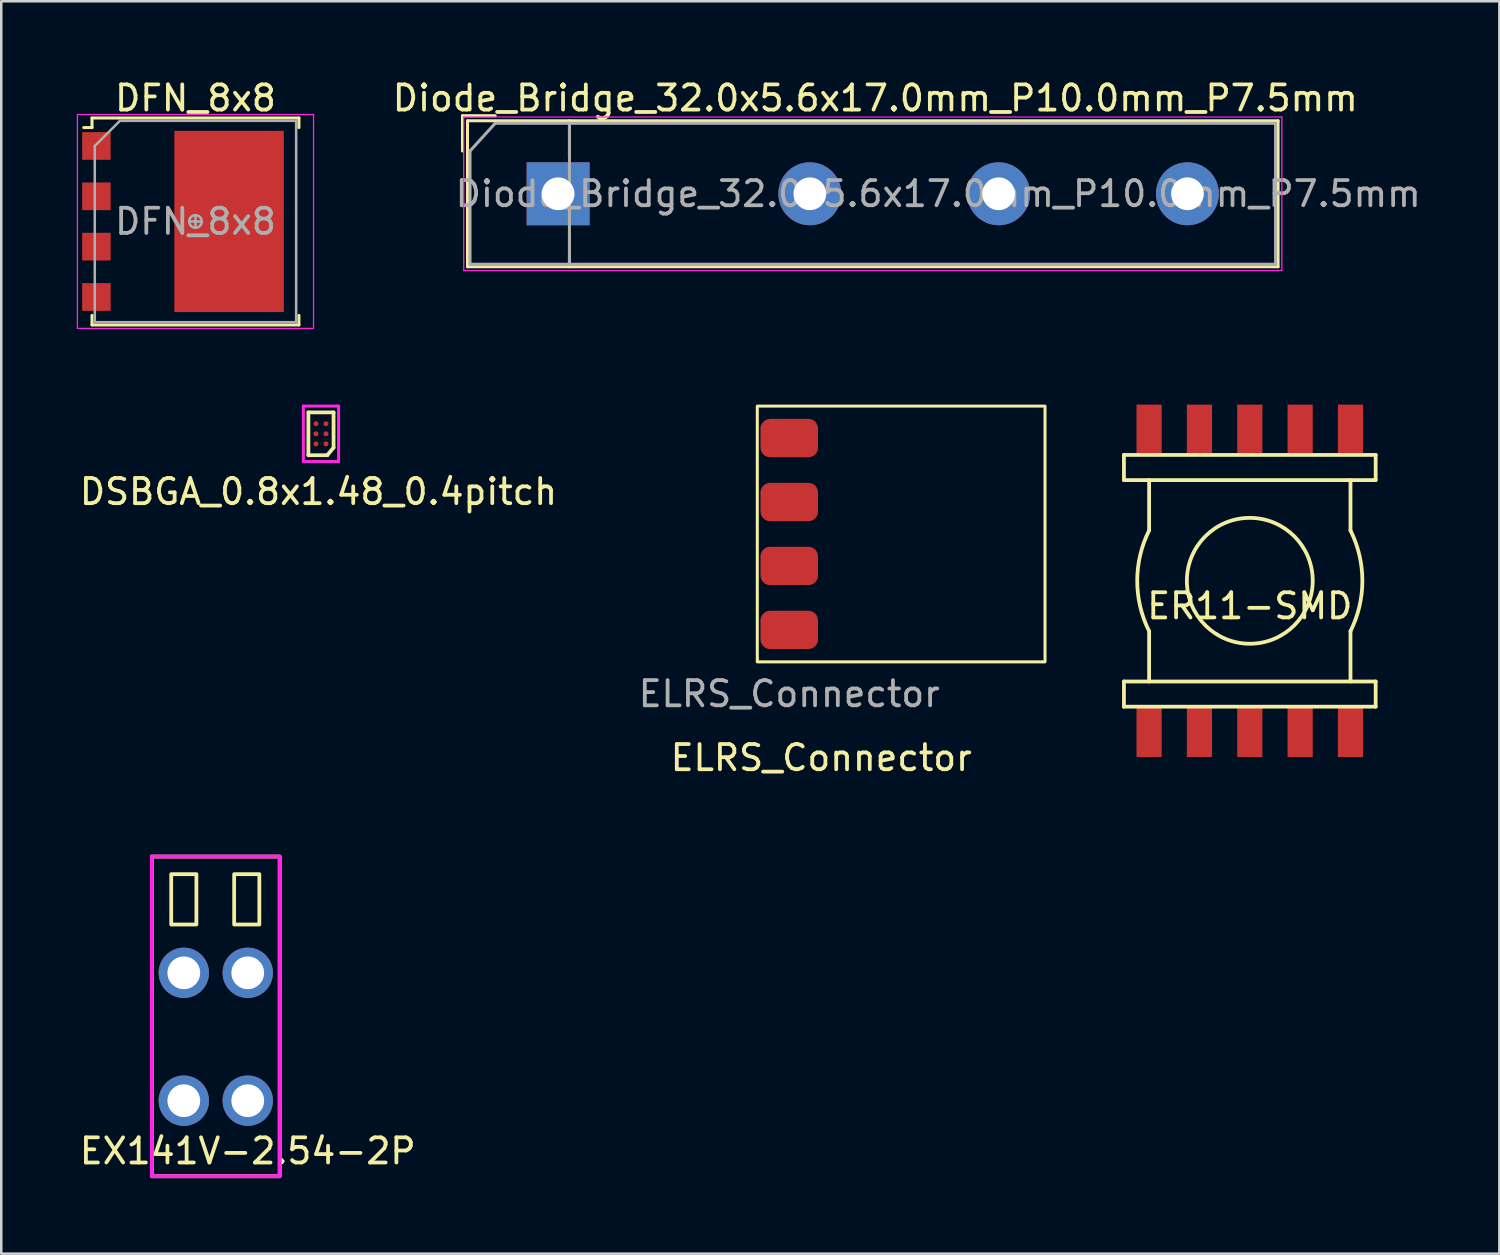
<source format=kicad_pcb>
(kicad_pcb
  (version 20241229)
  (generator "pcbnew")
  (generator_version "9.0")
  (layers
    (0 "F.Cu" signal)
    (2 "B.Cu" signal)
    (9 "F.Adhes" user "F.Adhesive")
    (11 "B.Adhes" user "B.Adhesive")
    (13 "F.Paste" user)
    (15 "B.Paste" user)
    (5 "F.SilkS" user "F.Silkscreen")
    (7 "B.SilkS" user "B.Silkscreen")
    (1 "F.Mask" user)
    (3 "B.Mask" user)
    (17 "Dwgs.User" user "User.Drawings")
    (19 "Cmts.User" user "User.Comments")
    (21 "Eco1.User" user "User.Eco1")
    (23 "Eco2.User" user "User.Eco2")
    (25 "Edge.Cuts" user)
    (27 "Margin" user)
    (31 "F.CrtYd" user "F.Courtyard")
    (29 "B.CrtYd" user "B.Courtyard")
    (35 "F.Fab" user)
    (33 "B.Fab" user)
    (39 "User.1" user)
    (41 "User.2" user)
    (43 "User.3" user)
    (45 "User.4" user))
  (footprint "DSBGA_0.8x1.48_0.4pitch"
    (layer "F.Cu")
    (at 9.701 14.183)
    (property "Reference" "DSBGA_0.8x1.48_0.4pitch" (at -0.1 2.3 0) (layer "F.SilkS") (effects (font (size 1 1) (thickness 0.15))))
    (attr through_hole)
    (fp_line (start -0.5 -0.85) (end -0.5 0.85) (stroke (width 0.15) (type solid)) (layer "F.SilkS"))
    (fp_line (start -0.5 -0.85) (end 0.5 -0.85) (stroke (width 0.15) (type solid)) (layer "F.SilkS"))
    (fp_line (start -0.5 0.85) (end 0.25 0.85) (stroke (width 0.15) (type solid)) (layer "F.SilkS"))
    (fp_line (start 0.25 0.85) (end 0.5 0.55) (stroke (width 0.15) (type solid)) (layer "F.SilkS"))
    (fp_line (start 0.5 -0.85) (end 0.5 0.55) (stroke (width 0.15) (type solid)) (layer "F.SilkS"))
    (fp_line (start -0.7 -1.1) (end 0.7 -1.1) (stroke (width 0.12) (type solid)) (layer "F.CrtYd"))
    (fp_line (start -0.7 1.1) (end -0.7 -1.1) (stroke (width 0.12) (type solid)) (layer "F.CrtYd"))
    (fp_line (start 0.7 -1.1) (end 0.7 1.1) (stroke (width 0.12) (type solid)) (layer "F.CrtYd"))
    (fp_line (start 0.7 1.1) (end -0.7 1.1) (stroke (width 0.12) (type solid)) (layer "F.CrtYd"))
    (pad "1A" smd circle (at 0.2 0.4) (size 0.2 0.2) (layers "F.Cu" "F.Mask" "F.Paste"))
    (pad "1B" smd circle (at 0.2 0) (size 0.2 0.2) (layers "F.Cu" "F.Mask" "F.Paste"))
    (pad "1C" smd circle (at 0.2 -0.4) (size 0.2 0.2) (layers "F.Cu" "F.Mask" "F.Paste"))
    (pad "2A" smd circle (at -0.2 0.4) (size 0.2 0.2) (layers "F.Cu" "F.Mask" "F.Paste"))
    (pad "2B" smd circle (at -0.2 0) (size 0.2 0.2) (layers "F.Cu" "F.Mask" "F.Paste"))
    (pad "2C" smd circle (at -0.2 -0.4) (size 0.2 0.2) (layers "F.Cu" "F.Mask" "F.Paste")))
  (footprint "EX141V-2.54-2P"
    (layer "F.Cu")
    (at 4.252 40.676)
    (property "Reference" "EX141V-2.54-2P" (at 2.54 2 0) (unlocked yes) (layer "F.SilkS") (effects (font (size 1 1) (thickness 0.15))))
    (fp_rect (start -1.27 3) (end 3.81 -9.7) (stroke (width 0.15) (type solid)) (fill no) (layer "F.SilkS"))
    (fp_rect (start -0.5 -9) (end 0.5 -7) (stroke (width 0.15) (type solid)) (fill no) (layer "F.SilkS"))
    (fp_rect (start 2 -9) (end 3 -7) (stroke (width 0.15) (type solid)) (fill no) (layer "F.SilkS"))
    (fp_rect (start -1.27 3) (end 3.81 -9.7) (stroke (width 0.15) (type solid)) (fill no) (layer "F.CrtYd"))
    (pad "1" thru_hole circle (at 0 -5.08) (size 2 2) (drill 1.3) (layers "*.Cu" "*.Mask"))
    (pad "1" thru_hole circle (at 0 0) (size 2 2) (drill 1.3) (layers "*.Cu" "*.Mask"))
    (pad "2" thru_hole circle (at 2.54 -5.08) (size 2 2) (drill 1.3) (layers "*.Cu" "*.Mask"))
    (pad "2" thru_hole circle (at 2.54 0) (size 2 2) (drill 1.3) (layers "*.Cu" "*.Mask")))
  (footprint "Diode_Bridge_32.0x5.6x17.0mm_P10.0mm_P7.5mm"
    (layer "F.Cu")
    (at 19.122 4.648)
    (property "Reference" "Diode_Bridge_32.0x5.6x17.0mm_P10.0mm_P7.5mm" (at 12.6 -3.8 180) (layer "F.SilkS") (effects (font (size 1 1) (thickness 0.15))))
    (attr through_hole)
    (fp_line (start -3.8 -3.1) (end -2.5 -3.1) (stroke (width 0.12) (type solid)) (layer "F.SilkS"))
    (fp_line (start -3.8 -1.7) (end -3.8 -3.1) (stroke (width 0.12) (type solid)) (layer "F.SilkS"))
    (fp_line (start -3.6 -2.9) (end 28.6 -2.9) (stroke (width 0.12) (type solid)) (layer "F.SilkS"))
    (fp_line (start -3.6 2.9) (end -3.6 -2.9) (stroke (width 0.12) (type solid)) (layer "F.SilkS"))
    (fp_line (start 0.45 -2.9) (end 0.45 -1.5) (stroke (width 0.12) (type solid)) (layer "F.SilkS"))
    (fp_line (start 0.45 2.9) (end 0.45 1.5) (stroke (width 0.12) (type solid)) (layer "F.SilkS"))
    (fp_line (start 28.6 -2.9) (end 28.6 2.9) (stroke (width 0.12) (type solid)) (layer "F.SilkS"))
    (fp_line (start 28.6 2.9) (end -3.6 2.9) (stroke (width 0.12) (type solid)) (layer "F.SilkS"))
    (fp_line (start -3.75 -3.05) (end 28.75 -3.05) (stroke (width 0.05) (type solid)) (layer "F.CrtYd"))
    (fp_line (start -3.75 3.05) (end -3.75 -3.05) (stroke (width 0.05) (type solid)) (layer "F.CrtYd"))
    (fp_line (start 28.75 -3.05) (end 28.75 3.05) (stroke (width 0.05) (type solid)) (layer "F.CrtYd"))
    (fp_line (start 28.75 3.05) (end -3.75 3.05) (stroke (width 0.05) (type solid)) (layer "F.CrtYd"))
    (fp_line (start -3.5 -1.7) (end -3.5 2.8) (stroke (width 0.12) (type solid)) (layer "F.Fab"))
    (fp_line (start -3.5 2.8) (end 28.5 2.8) (stroke (width 0.12) (type solid)) (layer "F.Fab"))
    (fp_line (start -2.5 -2.8) (end -3.5 -1.7) (stroke (width 0.12) (type solid)) (layer "F.Fab"))
    (fp_line (start 0.45 -2.8) (end 0.45 2.8) (stroke (width 0.12) (type solid)) (layer "F.Fab"))
    (fp_line (start 28.5 -2.8) (end -2.5 -2.8) (stroke (width 0.12) (type solid)) (layer "F.Fab"))
    (fp_line (start 28.5 2.8) (end 28.5 -2.8) (stroke (width 0.12) (type solid)) (layer "F.Fab"))
    (fp_text user "${REFERENCE}" (at 15.1 0 180) (layer "F.Fab") (effects (font (size 1 1) (thickness 0.15))))
    (pad "1" thru_hole rect (at 0 0) (size 2.5 2.5) (drill 1.3) (layers "*.Cu" "*.Mask"))
    (pad "2" thru_hole circle (at 10 0) (size 2.5 2.5) (drill 1.3) (layers "*.Cu" "*.Mask"))
    (pad "3" thru_hole circle (at 17.5 0) (size 2.5 2.5) (drill 1.3) (layers "*.Cu" "*.Mask"))
    (pad "4" thru_hole circle (at 25 0) (size 2.5 2.5) (drill 1.3) (layers "*.Cu" "*.Mask")))
  (footprint "ER11-SMD"
    (layer "F.Cu")
    (at 46.599 20.023)
    (property "Reference" "ER11-SMD" (at 0 1 0) (layer "F.SilkS") (effects (font (size 1 1) (thickness 0.15))))
    (attr through_hole)
    (fp_line (start -5 -5) (end 5 -5) (stroke (width 0.15) (type solid)) (layer "F.SilkS"))
    (fp_line (start -5 -4) (end -5 -5) (stroke (width 0.15) (type solid)) (layer "F.SilkS"))
    (fp_line (start -5 4) (end -5 5) (stroke (width 0.15) (type solid)) (layer "F.SilkS"))
    (fp_line (start -5 5) (end 5 5) (stroke (width 0.15) (type solid)) (layer "F.SilkS"))
    (fp_line (start -4 -4) (end -4 -2) (stroke (width 0.15) (type solid)) (layer "F.SilkS"))
    (fp_line (start -4 2) (end -4 4) (stroke (width 0.15) (type solid)) (layer "F.SilkS"))
    (fp_line (start 4 2) (end 4 4) (stroke (width 0.15) (type solid)) (layer "F.SilkS"))
    (fp_line (start 4 -4) (end 4 -2) (stroke (width 0.15) (type solid)) (layer "F.SilkS"))
    (fp_line (start 5 -5) (end 5 -4) (stroke (width 0.15) (type solid)) (layer "F.SilkS"))
    (fp_line (start 5 -4) (end -5 -4) (stroke (width 0.15) (type solid)) (layer "F.SilkS"))
    (fp_line (start 5 4) (end -5 4) (stroke (width 0.15) (type solid)) (layer "F.SilkS"))
    (fp_line (start 5 5) (end 5 4) (stroke (width 0.15) (type solid)) (layer "F.SilkS"))
    (fp_arc (start -3.999999 2) (mid -4.472135 0) (end -3.999999 -1.999999) (stroke (width 0.15) (type solid)) (layer "F.SilkS"))
    (fp_arc (start 3.999999 -2) (mid 4.472135 0) (end 3.999999 1.999999) (stroke (width 0.15) (type solid)) (layer "F.SilkS"))
    (fp_circle (center 0 0) (end 2.5 0) (stroke (width 0.15) (type solid)) (fill no) (layer "F.SilkS"))
    (pad "1" smd rect (at -4 -6) (size 1 2) (layers "F.Cu" "F.Mask" "F.Paste"))
    (pad "2" smd rect (at -2 -6) (size 1 2) (layers "F.Cu" "F.Mask" "F.Paste"))
    (pad "3" smd rect (at 0 -6) (size 1 2) (layers "F.Cu" "F.Mask" "F.Paste"))
    (pad "4" smd rect (at 2 -6) (size 1 2) (layers "F.Cu" "F.Mask" "F.Paste"))
    (pad "5" smd rect (at 4 -6) (size 1 2) (layers "F.Cu" "F.Mask" "F.Paste"))
    (pad "6" smd rect (at 4 6) (size 1 2) (layers "F.Cu" "F.Mask" "F.Paste"))
    (pad "7" smd rect (at 2 6) (size 1 2) (layers "F.Cu" "F.Mask" "F.Paste"))
    (pad "8" smd rect (at 0 6) (size 1 2) (layers "F.Cu" "F.Mask" "F.Paste"))
    (pad "9" smd rect (at -2 6) (size 1 2) (layers "F.Cu" "F.Mask" "F.Paste"))
    (pad "10" smd rect (at -4 6) (size 1 2) (layers "F.Cu" "F.Mask" "F.Paste")))
  (footprint "DFN_8x8"
    (layer "F.Cu")
    (at 4.715 5.748)
    (property "Reference" "DFN_8x8" (at 0 -4.9 0) (layer "F.SilkS") (effects (font (size 1 1) (thickness 0.15))))
    (attr smd)
    (fp_line (start -4.11 -3.73) (end -4.44 -3.73) (stroke (width 0.12) (type solid)) (layer "F.SilkS"))
    (fp_line (start -4.11 -3.73) (end -4.11 -4.11) (stroke (width 0.12) (type solid)) (layer "F.SilkS"))
    (fp_line (start -4.11 3.73) (end -4.11 4.11) (stroke (width 0.12) (type solid)) (layer "F.SilkS"))
    (fp_line (start 4.11 -4.11) (end -4.11 -4.11) (stroke (width 0.12) (type solid)) (layer "F.SilkS"))
    (fp_line (start 4.11 -3.73) (end 4.11 -4.11) (stroke (width 0.12) (type solid)) (layer "F.SilkS"))
    (fp_line (start 4.11 3.73) (end 4.11 4.11) (stroke (width 0.12) (type solid)) (layer "F.SilkS"))
    (fp_line (start 4.11 4.11) (end -4.11 4.11) (stroke (width 0.12) (type solid)) (layer "F.SilkS"))
    (fp_line (start -4.69 -4.25) (end 4.69 -4.25) (stroke (width 0.05) (type solid)) (layer "F.CrtYd"))
    (fp_line (start -4.69 4.25) (end -4.69 -4.25) (stroke (width 0.05) (type solid)) (layer "F.CrtYd"))
    (fp_line (start 4.69 -4.25) (end 4.69 4.25) (stroke (width 0.05) (type solid)) (layer "F.CrtYd"))
    (fp_line (start 4.69 4.25) (end -4.69 4.25) (stroke (width 0.05) (type solid)) (layer "F.CrtYd"))
    (fp_line (start -4 4) (end -4 -3) (stroke (width 0.1) (type solid)) (layer "F.Fab"))
    (fp_line (start -3 -4) (end -4 -3) (stroke (width 0.1) (type solid)) (layer "F.Fab"))
    (fp_line (start -3 -4) (end 4 -4) (stroke (width 0.1) (type solid)) (layer "F.Fab"))
    (fp_line (start 0 0.25) (end 0 -0.25) (stroke (width 0.1) (type solid)) (layer "F.Fab"))
    (fp_line (start 0.25 0) (end -0.25 0) (stroke (width 0.1) (type solid)) (layer "F.Fab"))
    (fp_line (start 4 -4) (end 4 4) (stroke (width 0.1) (type solid)) (layer "F.Fab"))
    (fp_line (start 4 4) (end -4 4) (stroke (width 0.1) (type solid)) (layer "F.Fab"))
    (fp_circle (center 0 0) (end 0 0.25) (stroke (width 0.1) (type solid)) (fill no) (layer "F.Fab"))
    (fp_text user "${REFERENCE}" (at 0 0 0) (layer "F.Fab") (effects (font (size 1 1) (thickness 0.15))))
    (pad "" smd rect (at 2 -2.25 270) (size 1.5 1.5) (layers "F.Paste"))
    (pad "" smd rect (at 2 0 270) (size 1.5 1.5) (layers "F.Paste"))
    (pad "" smd rect (at 2 2.25 270) (size 1.5 1.5) (layers "F.Paste"))
    (pad "1" smd rect (at -3.935 -3) (size 1.13 1.1) (layers "F.Cu" "F.Mask" "F.Paste"))
    (pad "2" smd rect (at -3.935 -1) (size 1.13 1.1) (layers "F.Cu" "F.Mask" "F.Paste"))
    (pad "3" smd rect (at -3.935 1) (size 1.13 1.1) (layers "F.Cu" "F.Mask" "F.Paste"))
    (pad "4" smd rect (at -3.935 3) (size 1.13 1.1) (layers "F.Cu" "F.Mask" "F.Paste"))
    (pad "5" smd rect (at 1.335 0) (size 4.35 7.2) (layers "F.Cu" "F.Mask")))
  (footprint "ELRS_Connector"
    (layer "F.Cu")
    (at 28.304 18.163)
    (property "Reference" "ELRS_Connector" (at 1.27 8.89 0) (unlocked yes) (layer "F.SilkS") (effects (font (size 1 1) (thickness 0.15))))
    (attr smd)
    (fp_rect (start -1.27 -5.08) (end 10.16 5.08) (stroke (width 0.12) (type solid)) (fill no) (layer "F.SilkS"))
    (fp_text user "${REFERENCE}" (at 0 6.35 0) (unlocked yes) (layer "F.Fab") (effects (font (size 1 1) (thickness 0.15))))
    (pad "1" smd roundrect (at 0 3.81) (size 2.286 1.524) (layers "F.Cu" "F.Mask" "F.Paste") (roundrect_rratio 0.25))
    (pad "2" smd roundrect (at 0 1.27) (size 2.286 1.524) (layers "F.Cu" "F.Mask" "F.Paste") (roundrect_rratio 0.25))
    (pad "3" smd roundrect (at 0 -1.27) (size 2.286 1.524) (layers "F.Cu" "F.Mask" "F.Paste") (roundrect_rratio 0.25))
    (pad "4" smd roundrect (at 0 -3.81) (size 2.286 1.524) (layers "F.Cu" "F.Mask" "F.Paste") (roundrect_rratio 0.25)))
  (gr_rect
    (start -3 -3)
    (end 56.513 46.752)
    (stroke (width 0.1) (type default))
    (fill no)
    (layer "Edge.Cuts")))
</source>
